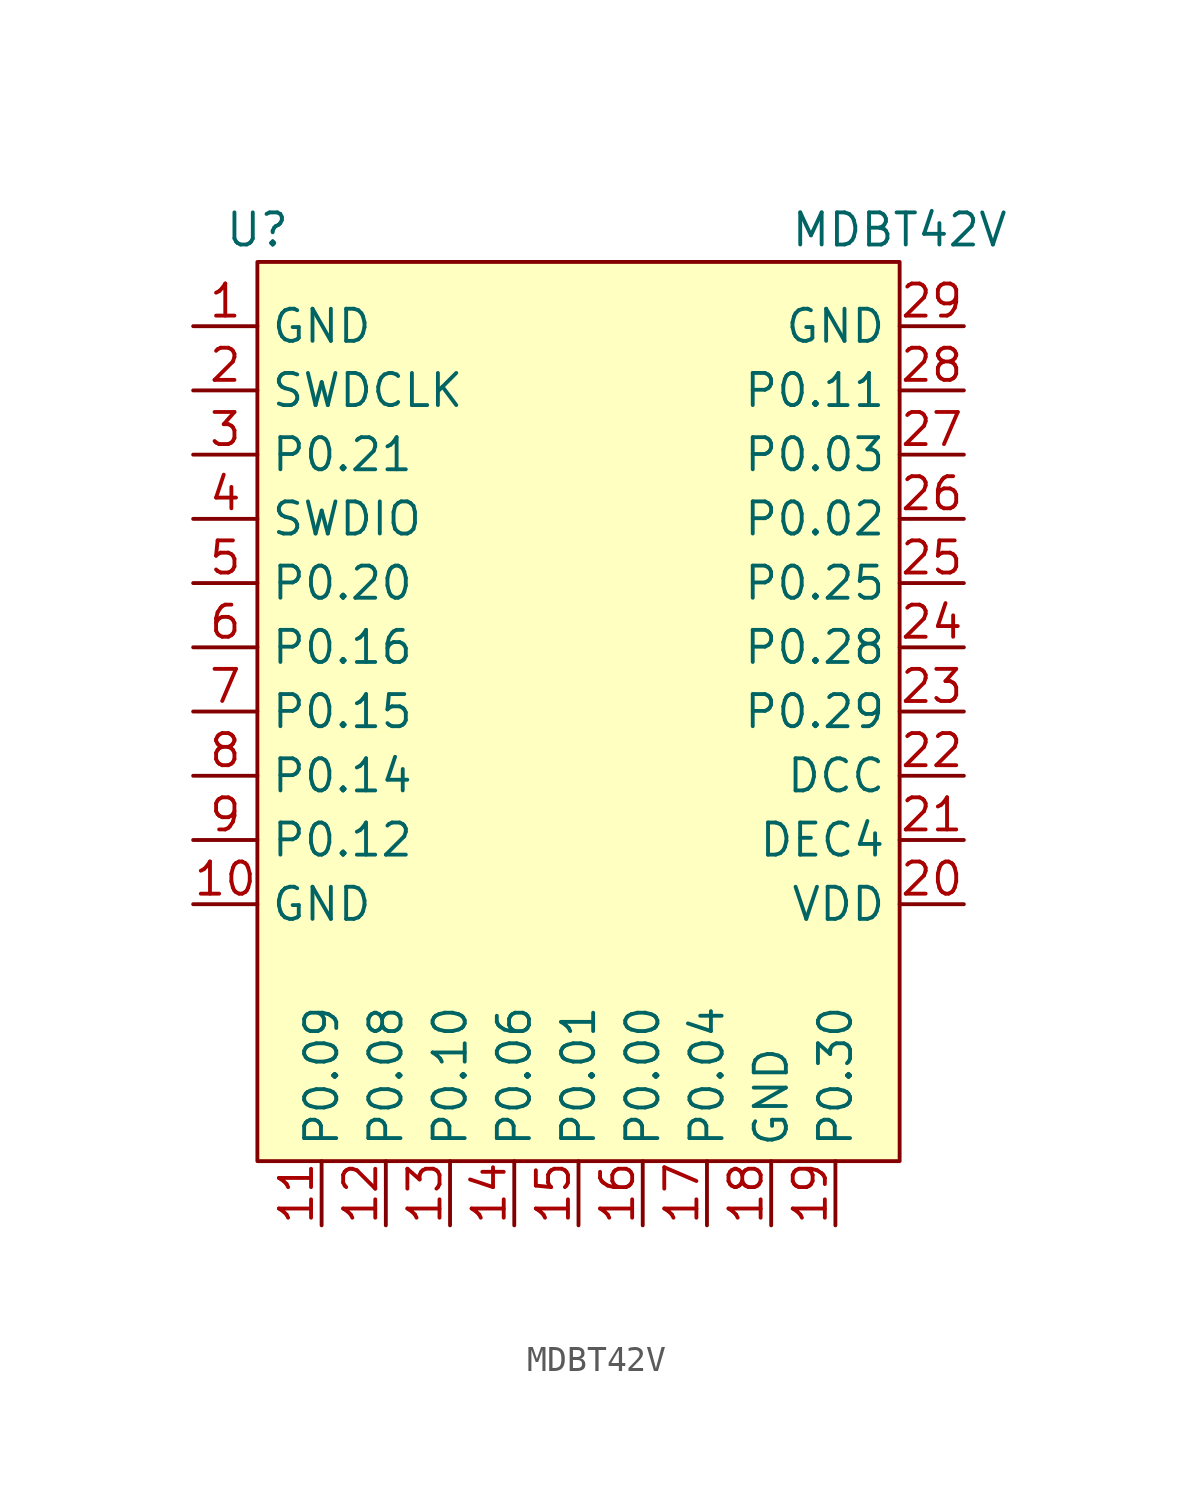
<source format=kicad_sym>
(kicad_symbol_lib
  (version 20231120)
  (generator "kicad_symbol_editor")
  (generator_version "8.0")
  (symbol "MDBT42V"
    (property "Reference" "U"
      (at -12.7 1.27 0)
      (effects (font (size 1.27 1.27))))
    (property "Value" "MDBT42V"
      (at 12.7 1.27 0)
      (effects (font (size 1.27 1.27))))
    (symbol "MDBT42V_0_0"
      (pin power_in line (at -15.24 -2.54 0) (length 2.54) (name "GND" (effects (font (size 1.27 1.27)))) (number "1" (effects (font (size 1.27 1.27)))))
      (pin power_in line (at -15.24 -25.4 0) (length 2.54) (name "GND" (effects (font (size 1.27 1.27)))) (number "10" (effects (font (size 1.27 1.27)))))
      (pin bidirectional line (at -10.16 -38.1 90) (length 2.54) (name "P0.09" (effects (font (size 1.27 1.27)))) (number "11" (effects (font (size 1.27 1.27)))))
      (pin bidirectional line (at -7.62 -38.1 90) (length 2.54) (name "P0.08" (effects (font (size 1.27 1.27)))) (number "12" (effects (font (size 1.27 1.27)))))
      (pin bidirectional line (at -5.08 -38.1 90) (length 2.54) (name "P0.10" (effects (font (size 1.27 1.27)))) (number "13" (effects (font (size 1.27 1.27)))))
      (pin bidirectional line (at -2.54 -38.1 90) (length 2.54) (name "P0.06" (effects (font (size 1.27 1.27)))) (number "14" (effects (font (size 1.27 1.27)))))
      (pin bidirectional line (at 0 -38.1 90) (length 2.54) (name "P0.01" (effects (font (size 1.27 1.27)))) (number "15" (effects (font (size 1.27 1.27)))))
      (pin bidirectional line (at 2.54 -38.1 90) (length 2.54) (name "P0.00" (effects (font (size 1.27 1.27)))) (number "16" (effects (font (size 1.27 1.27)))))
      (pin bidirectional line (at 5.08 -38.1 90) (length 2.54) (name "P0.04" (effects (font (size 1.27 1.27)))) (number "17" (effects (font (size 1.27 1.27)))))
      (pin power_in line (at 7.62 -38.1 90) (length 2.54) (name "GND" (effects (font (size 1.27 1.27)))) (number "18" (effects (font (size 1.27 1.27)))))
      (pin bidirectional line (at 10.16 -38.1 90) (length 2.54) (name "P0.30" (effects (font (size 1.27 1.27)))) (number "19" (effects (font (size 1.27 1.27)))))
      (pin input line (at -15.24 -5.08 0) (length 2.54) (name "SWDCLK" (effects (font (size 1.27 1.27)))) (number "2" (effects (font (size 1.27 1.27)))))
      (pin power_in line (at 15.24 -25.4 180) (length 2.54) (name "VDD" (effects (font (size 1.27 1.27)))) (number "20" (effects (font (size 1.27 1.27)))))
      (pin power_out line (at 15.24 -22.86 180) (length 2.54) (name "DEC4" (effects (font (size 1.27 1.27)))) (number "21" (effects (font (size 1.27 1.27)))))
      (pin power_out line (at 15.24 -20.32 180) (length 2.54) (name "DCC" (effects (font (size 1.27 1.27)))) (number "22" (effects (font (size 1.27 1.27)))))
      (pin bidirectional line (at 15.24 -17.78 180) (length 2.54) (name "P0.29" (effects (font (size 1.27 1.27)))) (number "23" (effects (font (size 1.27 1.27)))))
      (pin bidirectional line (at 15.24 -15.24 180) (length 2.54) (name "P0.28" (effects (font (size 1.27 1.27)))) (number "24" (effects (font (size 1.27 1.27)))))
      (pin bidirectional line (at 15.24 -12.7 180) (length 2.54) (name "P0.25" (effects (font (size 1.27 1.27)))) (number "25" (effects (font (size 1.27 1.27)))))
      (pin bidirectional line (at 15.24 -10.16 180) (length 2.54) (name "P0.02" (effects (font (size 1.27 1.27)))) (number "26" (effects (font (size 1.27 1.27)))))
      (pin bidirectional line (at 15.24 -7.62 180) (length 2.54) (name "P0.03" (effects (font (size 1.27 1.27)))) (number "27" (effects (font (size 1.27 1.27)))))
      (pin bidirectional line (at 15.24 -5.08 180) (length 2.54) (name "P0.11" (effects (font (size 1.27 1.27)))) (number "28" (effects (font (size 1.27 1.27)))))
      (pin power_in line (at 15.24 -2.54 180) (length 2.54) (name "GND" (effects (font (size 1.27 1.27)))) (number "29" (effects (font (size 1.27 1.27)))))
      (pin bidirectional line (at -15.24 -7.62 0) (length 2.54) (name "P0.21" (effects (font (size 1.27 1.27)))) (number "3" (effects (font (size 1.27 1.27)))))
      (pin bidirectional line (at -15.24 -10.16 0) (length 2.54) (name "SWDIO" (effects (font (size 1.27 1.27)))) (number "4" (effects (font (size 1.27 1.27)))))
      (pin bidirectional line (at -15.24 -12.7 0) (length 2.54) (name "P0.20" (effects (font (size 1.27 1.27)))) (number "5" (effects (font (size 1.27 1.27)))))
      (pin bidirectional line (at -15.24 -15.24 0) (length 2.54) (name "P0.16" (effects (font (size 1.27 1.27)))) (number "6" (effects (font (size 1.27 1.27)))))
      (pin bidirectional line (at -15.24 -17.78 0) (length 2.54) (name "P0.15" (effects (font (size 1.27 1.27)))) (number "7" (effects (font (size 1.27 1.27)))))
      (pin bidirectional line (at -15.24 -20.32 0) (length 2.54) (name "P0.14" (effects (font (size 1.27 1.27)))) (number "8" (effects (font (size 1.27 1.27)))))
      (pin bidirectional line (at -15.24 -22.86 0) (length 2.54) (name "P0.12" (effects (font (size 1.27 1.27)))) (number "9" (effects (font (size 1.27 1.27))))))
    (symbol "MDBT42V_1_1"
      (rectangle (start -12.7 0) (end 12.7 -35.56) (stroke (width 0) (type default)) (fill (type background))))))
</source>
